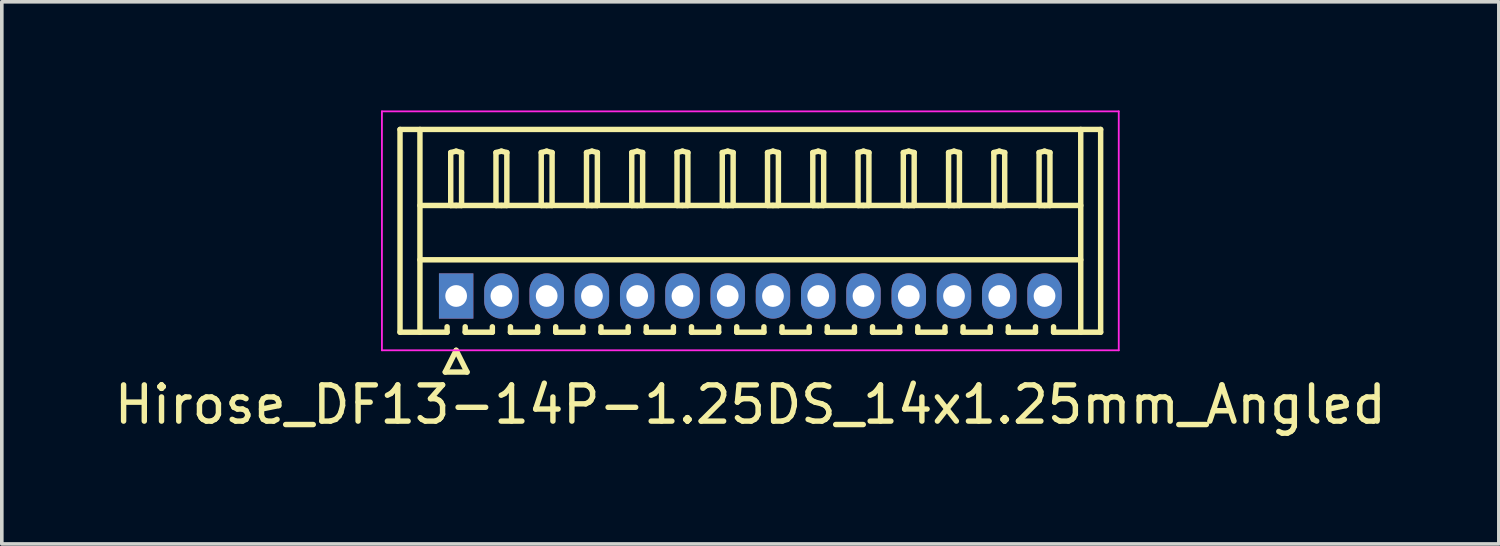
<source format=kicad_pcb>
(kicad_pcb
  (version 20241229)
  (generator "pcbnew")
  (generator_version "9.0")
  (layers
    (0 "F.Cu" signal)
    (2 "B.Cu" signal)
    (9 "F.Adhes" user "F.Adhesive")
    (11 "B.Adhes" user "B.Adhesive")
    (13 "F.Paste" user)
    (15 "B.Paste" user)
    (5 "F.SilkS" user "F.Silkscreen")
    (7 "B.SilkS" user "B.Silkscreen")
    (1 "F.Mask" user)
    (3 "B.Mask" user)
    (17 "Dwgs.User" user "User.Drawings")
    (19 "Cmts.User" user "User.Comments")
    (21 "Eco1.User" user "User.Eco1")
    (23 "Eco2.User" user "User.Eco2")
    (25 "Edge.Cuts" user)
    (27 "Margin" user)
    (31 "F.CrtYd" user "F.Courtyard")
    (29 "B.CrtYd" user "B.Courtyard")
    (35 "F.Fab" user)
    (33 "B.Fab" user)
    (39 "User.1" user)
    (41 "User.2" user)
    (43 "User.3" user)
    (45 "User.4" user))
  (footprint "Hirose_DF13-14P-1.25DS_14x1.25mm_Angled"
    (layer "F.Cu")
    (at 9.548 5.125)
    (property "Reference" "Hirose_DF13-14P-1.25DS_14x1.25mm_Angled" (at 8.125 3 0) (layer "F.SilkS") (effects (font (size 1 1) (thickness 0.15))))
    (attr through_hole)
    (fp_line (start -1.55 -4.6) (end 17.8 -4.6) (stroke (width 0.15) (type solid)) (layer "F.SilkS"))
    (fp_line (start -1.55 1) (end -1.55 -4.6) (stroke (width 0.15) (type solid)) (layer "F.SilkS"))
    (fp_line (start -1 -4.6) (end -1 1) (stroke (width 0.15) (type solid)) (layer "F.SilkS"))
    (fp_line (start -1 -2.5) (end 17.25 -2.5) (stroke (width 0.15) (type solid)) (layer "F.SilkS"))
    (fp_line (start -1 -1) (end 17.25 -1) (stroke (width 0.15) (type solid)) (layer "F.SilkS"))
    (fp_line (start -0.3 2.1) (end 0.3 2.1) (stroke (width 0.15) (type solid)) (layer "F.SilkS"))
    (fp_line (start -0.25 0.85) (end -0.25 1) (stroke (width 0.15) (type solid)) (layer "F.SilkS"))
    (fp_line (start -0.25 1) (end -1.55 1) (stroke (width 0.15) (type solid)) (layer "F.SilkS"))
    (fp_line (start -0.15 -3.962) (end 0 -4) (stroke (width 0.15) (type solid)) (layer "F.SilkS"))
    (fp_line (start -0.15 -2.5) (end -0.15 -3.962) (stroke (width 0.15) (type solid)) (layer "F.SilkS"))
    (fp_line (start 0 -4) (end 0.15 -3.962) (stroke (width 0.15) (type solid)) (layer "F.SilkS"))
    (fp_line (start 0 -2.5) (end -0.15 -2.5) (stroke (width 0.15) (type solid)) (layer "F.SilkS"))
    (fp_line (start 0 1.5) (end -0.3 2.1) (stroke (width 0.15) (type solid)) (layer "F.SilkS"))
    (fp_line (start 0.15 -3.962) (end 0.15 -2.5) (stroke (width 0.15) (type solid)) (layer "F.SilkS"))
    (fp_line (start 0.15 -2.5) (end 0 -2.5) (stroke (width 0.15) (type solid)) (layer "F.SilkS"))
    (fp_line (start 0.25 0.85) (end 0.25 1) (stroke (width 0.15) (type solid)) (layer "F.SilkS"))
    (fp_line (start 0.25 1) (end 1 1) (stroke (width 0.15) (type solid)) (layer "F.SilkS"))
    (fp_line (start 0.3 2.1) (end 0 1.5) (stroke (width 0.15) (type solid)) (layer "F.SilkS"))
    (fp_line (start 1 1) (end 1 0.85) (stroke (width 0.15) (type solid)) (layer "F.SilkS"))
    (fp_line (start 1.1 -3.962) (end 1.25 -4) (stroke (width 0.15) (type solid)) (layer "F.SilkS"))
    (fp_line (start 1.1 -2.5) (end 1.1 -3.962) (stroke (width 0.15) (type solid)) (layer "F.SilkS"))
    (fp_line (start 1.25 -4) (end 1.4 -3.962) (stroke (width 0.15) (type solid)) (layer "F.SilkS"))
    (fp_line (start 1.25 -2.5) (end 1.1 -2.5) (stroke (width 0.15) (type solid)) (layer "F.SilkS"))
    (fp_line (start 1.4 -3.962) (end 1.4 -2.5) (stroke (width 0.15) (type solid)) (layer "F.SilkS"))
    (fp_line (start 1.4 -2.5) (end 1.25 -2.5) (stroke (width 0.15) (type solid)) (layer "F.SilkS"))
    (fp_line (start 1.5 0.85) (end 1.5 1) (stroke (width 0.15) (type solid)) (layer "F.SilkS"))
    (fp_line (start 1.5 1) (end 2.25 1) (stroke (width 0.15) (type solid)) (layer "F.SilkS"))
    (fp_line (start 2.25 1) (end 2.25 0.85) (stroke (width 0.15) (type solid)) (layer "F.SilkS"))
    (fp_line (start 2.35 -3.962) (end 2.5 -4) (stroke (width 0.15) (type solid)) (layer "F.SilkS"))
    (fp_line (start 2.35 -2.5) (end 2.35 -3.962) (stroke (width 0.15) (type solid)) (layer "F.SilkS"))
    (fp_line (start 2.5 -4) (end 2.65 -3.962) (stroke (width 0.15) (type solid)) (layer "F.SilkS"))
    (fp_line (start 2.5 -2.5) (end 2.35 -2.5) (stroke (width 0.15) (type solid)) (layer "F.SilkS"))
    (fp_line (start 2.65 -3.962) (end 2.65 -2.5) (stroke (width 0.15) (type solid)) (layer "F.SilkS"))
    (fp_line (start 2.65 -2.5) (end 2.5 -2.5) (stroke (width 0.15) (type solid)) (layer "F.SilkS"))
    (fp_line (start 2.75 0.85) (end 2.75 1) (stroke (width 0.15) (type solid)) (layer "F.SilkS"))
    (fp_line (start 2.75 1) (end 3.5 1) (stroke (width 0.15) (type solid)) (layer "F.SilkS"))
    (fp_line (start 3.5 1) (end 3.5 0.85) (stroke (width 0.15) (type solid)) (layer "F.SilkS"))
    (fp_line (start 3.6 -3.962) (end 3.75 -4) (stroke (width 0.15) (type solid)) (layer "F.SilkS"))
    (fp_line (start 3.6 -2.5) (end 3.6 -3.962) (stroke (width 0.15) (type solid)) (layer "F.SilkS"))
    (fp_line (start 3.75 -4) (end 3.9 -3.962) (stroke (width 0.15) (type solid)) (layer "F.SilkS"))
    (fp_line (start 3.75 -2.5) (end 3.6 -2.5) (stroke (width 0.15) (type solid)) (layer "F.SilkS"))
    (fp_line (start 3.9 -3.962) (end 3.9 -2.5) (stroke (width 0.15) (type solid)) (layer "F.SilkS"))
    (fp_line (start 3.9 -2.5) (end 3.75 -2.5) (stroke (width 0.15) (type solid)) (layer "F.SilkS"))
    (fp_line (start 4 0.85) (end 4 1) (stroke (width 0.15) (type solid)) (layer "F.SilkS"))
    (fp_line (start 4 1) (end 4.75 1) (stroke (width 0.15) (type solid)) (layer "F.SilkS"))
    (fp_line (start 4.75 1) (end 4.75 0.85) (stroke (width 0.15) (type solid)) (layer "F.SilkS"))
    (fp_line (start 4.85 -3.962) (end 5 -4) (stroke (width 0.15) (type solid)) (layer "F.SilkS"))
    (fp_line (start 4.85 -2.5) (end 4.85 -3.962) (stroke (width 0.15) (type solid)) (layer "F.SilkS"))
    (fp_line (start 5 -4) (end 5.15 -3.962) (stroke (width 0.15) (type solid)) (layer "F.SilkS"))
    (fp_line (start 5 -2.5) (end 4.85 -2.5) (stroke (width 0.15) (type solid)) (layer "F.SilkS"))
    (fp_line (start 5.15 -3.962) (end 5.15 -2.5) (stroke (width 0.15) (type solid)) (layer "F.SilkS"))
    (fp_line (start 5.15 -2.5) (end 5 -2.5) (stroke (width 0.15) (type solid)) (layer "F.SilkS"))
    (fp_line (start 5.25 0.85) (end 5.25 1) (stroke (width 0.15) (type solid)) (layer "F.SilkS"))
    (fp_line (start 5.25 1) (end 6 1) (stroke (width 0.15) (type solid)) (layer "F.SilkS"))
    (fp_line (start 6 1) (end 6 0.85) (stroke (width 0.15) (type solid)) (layer "F.SilkS"))
    (fp_line (start 6.1 -3.962) (end 6.25 -4) (stroke (width 0.15) (type solid)) (layer "F.SilkS"))
    (fp_line (start 6.1 -2.5) (end 6.1 -3.962) (stroke (width 0.15) (type solid)) (layer "F.SilkS"))
    (fp_line (start 6.25 -4) (end 6.4 -3.962) (stroke (width 0.15) (type solid)) (layer "F.SilkS"))
    (fp_line (start 6.25 -2.5) (end 6.1 -2.5) (stroke (width 0.15) (type solid)) (layer "F.SilkS"))
    (fp_line (start 6.4 -3.962) (end 6.4 -2.5) (stroke (width 0.15) (type solid)) (layer "F.SilkS"))
    (fp_line (start 6.4 -2.5) (end 6.25 -2.5) (stroke (width 0.15) (type solid)) (layer "F.SilkS"))
    (fp_line (start 6.5 0.85) (end 6.5 1) (stroke (width 0.15) (type solid)) (layer "F.SilkS"))
    (fp_line (start 6.5 1) (end 7.25 1) (stroke (width 0.15) (type solid)) (layer "F.SilkS"))
    (fp_line (start 7.25 1) (end 7.25 0.85) (stroke (width 0.15) (type solid)) (layer "F.SilkS"))
    (fp_line (start 7.35 -3.962) (end 7.5 -4) (stroke (width 0.15) (type solid)) (layer "F.SilkS"))
    (fp_line (start 7.35 -2.5) (end 7.35 -3.962) (stroke (width 0.15) (type solid)) (layer "F.SilkS"))
    (fp_line (start 7.5 -4) (end 7.65 -3.962) (stroke (width 0.15) (type solid)) (layer "F.SilkS"))
    (fp_line (start 7.5 -2.5) (end 7.35 -2.5) (stroke (width 0.15) (type solid)) (layer "F.SilkS"))
    (fp_line (start 7.65 -3.962) (end 7.65 -2.5) (stroke (width 0.15) (type solid)) (layer "F.SilkS"))
    (fp_line (start 7.65 -2.5) (end 7.5 -2.5) (stroke (width 0.15) (type solid)) (layer "F.SilkS"))
    (fp_line (start 7.75 0.85) (end 7.75 1) (stroke (width 0.15) (type solid)) (layer "F.SilkS"))
    (fp_line (start 7.75 1) (end 8.5 1) (stroke (width 0.15) (type solid)) (layer "F.SilkS"))
    (fp_line (start 8.5 1) (end 8.5 0.85) (stroke (width 0.15) (type solid)) (layer "F.SilkS"))
    (fp_line (start 8.6 -3.962) (end 8.75 -4) (stroke (width 0.15) (type solid)) (layer "F.SilkS"))
    (fp_line (start 8.6 -2.5) (end 8.6 -3.962) (stroke (width 0.15) (type solid)) (layer "F.SilkS"))
    (fp_line (start 8.75 -4) (end 8.9 -3.962) (stroke (width 0.15) (type solid)) (layer "F.SilkS"))
    (fp_line (start 8.75 -2.5) (end 8.6 -2.5) (stroke (width 0.15) (type solid)) (layer "F.SilkS"))
    (fp_line (start 8.9 -3.962) (end 8.9 -2.5) (stroke (width 0.15) (type solid)) (layer "F.SilkS"))
    (fp_line (start 8.9 -2.5) (end 8.75 -2.5) (stroke (width 0.15) (type solid)) (layer "F.SilkS"))
    (fp_line (start 9 0.85) (end 9 1) (stroke (width 0.15) (type solid)) (layer "F.SilkS"))
    (fp_line (start 9 1) (end 9.75 1) (stroke (width 0.15) (type solid)) (layer "F.SilkS"))
    (fp_line (start 9.75 1) (end 9.75 0.85) (stroke (width 0.15) (type solid)) (layer "F.SilkS"))
    (fp_line (start 9.85 -3.962) (end 10 -4) (stroke (width 0.15) (type solid)) (layer "F.SilkS"))
    (fp_line (start 9.85 -2.5) (end 9.85 -3.962) (stroke (width 0.15) (type solid)) (layer "F.SilkS"))
    (fp_line (start 10 -4) (end 10.15 -3.962) (stroke (width 0.15) (type solid)) (layer "F.SilkS"))
    (fp_line (start 10 -2.5) (end 9.85 -2.5) (stroke (width 0.15) (type solid)) (layer "F.SilkS"))
    (fp_line (start 10.15 -3.962) (end 10.15 -2.5) (stroke (width 0.15) (type solid)) (layer "F.SilkS"))
    (fp_line (start 10.15 -2.5) (end 10 -2.5) (stroke (width 0.15) (type solid)) (layer "F.SilkS"))
    (fp_line (start 10.25 0.85) (end 10.25 1) (stroke (width 0.15) (type solid)) (layer "F.SilkS"))
    (fp_line (start 10.25 1) (end 11 1) (stroke (width 0.15) (type solid)) (layer "F.SilkS"))
    (fp_line (start 11 1) (end 11 0.85) (stroke (width 0.15) (type solid)) (layer "F.SilkS"))
    (fp_line (start 11.1 -3.962) (end 11.25 -4) (stroke (width 0.15) (type solid)) (layer "F.SilkS"))
    (fp_line (start 11.1 -2.5) (end 11.1 -3.962) (stroke (width 0.15) (type solid)) (layer "F.SilkS"))
    (fp_line (start 11.25 -4) (end 11.4 -3.962) (stroke (width 0.15) (type solid)) (layer "F.SilkS"))
    (fp_line (start 11.25 -2.5) (end 11.1 -2.5) (stroke (width 0.15) (type solid)) (layer "F.SilkS"))
    (fp_line (start 11.4 -3.962) (end 11.4 -2.5) (stroke (width 0.15) (type solid)) (layer "F.SilkS"))
    (fp_line (start 11.4 -2.5) (end 11.25 -2.5) (stroke (width 0.15) (type solid)) (layer "F.SilkS"))
    (fp_line (start 11.5 0.85) (end 11.5 1) (stroke (width 0.15) (type solid)) (layer "F.SilkS"))
    (fp_line (start 11.5 1) (end 12.25 1) (stroke (width 0.15) (type solid)) (layer "F.SilkS"))
    (fp_line (start 12.25 1) (end 12.25 0.85) (stroke (width 0.15) (type solid)) (layer "F.SilkS"))
    (fp_line (start 12.35 -3.962) (end 12.5 -4) (stroke (width 0.15) (type solid)) (layer "F.SilkS"))
    (fp_line (start 12.35 -2.5) (end 12.35 -3.962) (stroke (width 0.15) (type solid)) (layer "F.SilkS"))
    (fp_line (start 12.5 -4) (end 12.65 -3.962) (stroke (width 0.15) (type solid)) (layer "F.SilkS"))
    (fp_line (start 12.5 -2.5) (end 12.35 -2.5) (stroke (width 0.15) (type solid)) (layer "F.SilkS"))
    (fp_line (start 12.65 -3.962) (end 12.65 -2.5) (stroke (width 0.15) (type solid)) (layer "F.SilkS"))
    (fp_line (start 12.65 -2.5) (end 12.5 -2.5) (stroke (width 0.15) (type solid)) (layer "F.SilkS"))
    (fp_line (start 12.75 0.85) (end 12.75 1) (stroke (width 0.15) (type solid)) (layer "F.SilkS"))
    (fp_line (start 12.75 1) (end 13.5 1) (stroke (width 0.15) (type solid)) (layer "F.SilkS"))
    (fp_line (start 13.5 1) (end 13.5 0.85) (stroke (width 0.15) (type solid)) (layer "F.SilkS"))
    (fp_line (start 13.6 -3.962) (end 13.75 -4) (stroke (width 0.15) (type solid)) (layer "F.SilkS"))
    (fp_line (start 13.6 -2.5) (end 13.6 -3.962) (stroke (width 0.15) (type solid)) (layer "F.SilkS"))
    (fp_line (start 13.75 -4) (end 13.9 -3.962) (stroke (width 0.15) (type solid)) (layer "F.SilkS"))
    (fp_line (start 13.75 -2.5) (end 13.6 -2.5) (stroke (width 0.15) (type solid)) (layer "F.SilkS"))
    (fp_line (start 13.9 -3.962) (end 13.9 -2.5) (stroke (width 0.15) (type solid)) (layer "F.SilkS"))
    (fp_line (start 13.9 -2.5) (end 13.75 -2.5) (stroke (width 0.15) (type solid)) (layer "F.SilkS"))
    (fp_line (start 14 0.85) (end 14 1) (stroke (width 0.15) (type solid)) (layer "F.SilkS"))
    (fp_line (start 14 1) (end 14.75 1) (stroke (width 0.15) (type solid)) (layer "F.SilkS"))
    (fp_line (start 14.75 1) (end 14.75 0.85) (stroke (width 0.15) (type solid)) (layer "F.SilkS"))
    (fp_line (start 14.85 -3.962) (end 15 -4) (stroke (width 0.15) (type solid)) (layer "F.SilkS"))
    (fp_line (start 14.85 -2.5) (end 14.85 -3.962) (stroke (width 0.15) (type solid)) (layer "F.SilkS"))
    (fp_line (start 15 -4) (end 15.15 -3.962) (stroke (width 0.15) (type solid)) (layer "F.SilkS"))
    (fp_line (start 15 -2.5) (end 14.85 -2.5) (stroke (width 0.15) (type solid)) (layer "F.SilkS"))
    (fp_line (start 15.15 -3.962) (end 15.15 -2.5) (stroke (width 0.15) (type solid)) (layer "F.SilkS"))
    (fp_line (start 15.15 -2.5) (end 15 -2.5) (stroke (width 0.15) (type solid)) (layer "F.SilkS"))
    (fp_line (start 15.25 0.85) (end 15.25 1) (stroke (width 0.15) (type solid)) (layer "F.SilkS"))
    (fp_line (start 15.25 1) (end 16 1) (stroke (width 0.15) (type solid)) (layer "F.SilkS"))
    (fp_line (start 16 1) (end 16 0.85) (stroke (width 0.15) (type solid)) (layer "F.SilkS"))
    (fp_line (start 16.1 -3.962) (end 16.25 -4) (stroke (width 0.15) (type solid)) (layer "F.SilkS"))
    (fp_line (start 16.1 -2.5) (end 16.1 -3.962) (stroke (width 0.15) (type solid)) (layer "F.SilkS"))
    (fp_line (start 16.25 -4) (end 16.4 -3.962) (stroke (width 0.15) (type solid)) (layer "F.SilkS"))
    (fp_line (start 16.25 -2.5) (end 16.1 -2.5) (stroke (width 0.15) (type solid)) (layer "F.SilkS"))
    (fp_line (start 16.4 -3.962) (end 16.4 -2.5) (stroke (width 0.15) (type solid)) (layer "F.SilkS"))
    (fp_line (start 16.4 -2.5) (end 16.25 -2.5) (stroke (width 0.15) (type solid)) (layer "F.SilkS"))
    (fp_line (start 16.5 1) (end 16.5 0.85) (stroke (width 0.15) (type solid)) (layer "F.SilkS"))
    (fp_line (start 17.25 -4.6) (end 17.25 1) (stroke (width 0.15) (type solid)) (layer "F.SilkS"))
    (fp_line (start 17.8 -4.6) (end 17.8 1) (stroke (width 0.15) (type solid)) (layer "F.SilkS"))
    (fp_line (start 17.8 1) (end 16.5 1) (stroke (width 0.15) (type solid)) (layer "F.SilkS"))
    (fp_line (start -2.05 -5.1) (end -2.05 1.5) (stroke (width 0.05) (type solid)) (layer "F.CrtYd"))
    (fp_line (start -2.05 1.5) (end 18.3 1.5) (stroke (width 0.05) (type solid)) (layer "F.CrtYd"))
    (fp_line (start 18.3 -5.1) (end -2.05 -5.1) (stroke (width 0.05) (type solid)) (layer "F.CrtYd"))
    (fp_line (start 18.3 1.5) (end 18.3 -5.1) (stroke (width 0.05) (type solid)) (layer "F.CrtYd"))
    (pad "1" thru_hole rect (at 0 0) (size 0.95 1.25) (drill 0.6) (layers "*.Cu" "*.Mask"))
    (pad "2" thru_hole oval (at 1.25 0) (size 0.95 1.25) (drill 0.6) (layers "*.Cu" "*.Mask"))
    (pad "3" thru_hole oval (at 2.5 0) (size 0.95 1.25) (drill 0.6) (layers "*.Cu" "*.Mask"))
    (pad "4" thru_hole oval (at 3.75 0) (size 0.95 1.25) (drill 0.6) (layers "*.Cu" "*.Mask"))
    (pad "5" thru_hole oval (at 5 0) (size 0.95 1.25) (drill 0.6) (layers "*.Cu" "*.Mask"))
    (pad "6" thru_hole oval (at 6.25 0) (size 0.95 1.25) (drill 0.6) (layers "*.Cu" "*.Mask"))
    (pad "7" thru_hole oval (at 7.5 0) (size 0.95 1.25) (drill 0.6) (layers "*.Cu" "*.Mask"))
    (pad "8" thru_hole oval (at 8.75 0) (size 0.95 1.25) (drill 0.6) (layers "*.Cu" "*.Mask"))
    (pad "9" thru_hole oval (at 10 0) (size 0.95 1.25) (drill 0.6) (layers "*.Cu" "*.Mask"))
    (pad "10" thru_hole oval (at 11.25 0) (size 0.95 1.25) (drill 0.6) (layers "*.Cu" "*.Mask"))
    (pad "11" thru_hole oval (at 12.5 0) (size 0.95 1.25) (drill 0.6) (layers "*.Cu" "*.Mask"))
    (pad "12" thru_hole oval (at 13.75 0) (size 0.95 1.25) (drill 0.6) (layers "*.Cu" "*.Mask"))
    (pad "13" thru_hole oval (at 15 0) (size 0.95 1.25) (drill 0.6) (layers "*.Cu" "*.Mask"))
    (pad "14" thru_hole oval (at 16.25 0) (size 0.95 1.25) (drill 0.6) (layers "*.Cu" "*.Mask")))
  (gr_rect
    (start -3 -3)
    (end 38.345 11.973)
    (stroke (width 0.1) (type default))
    (fill no)
    (layer "Edge.Cuts")))
</source>
